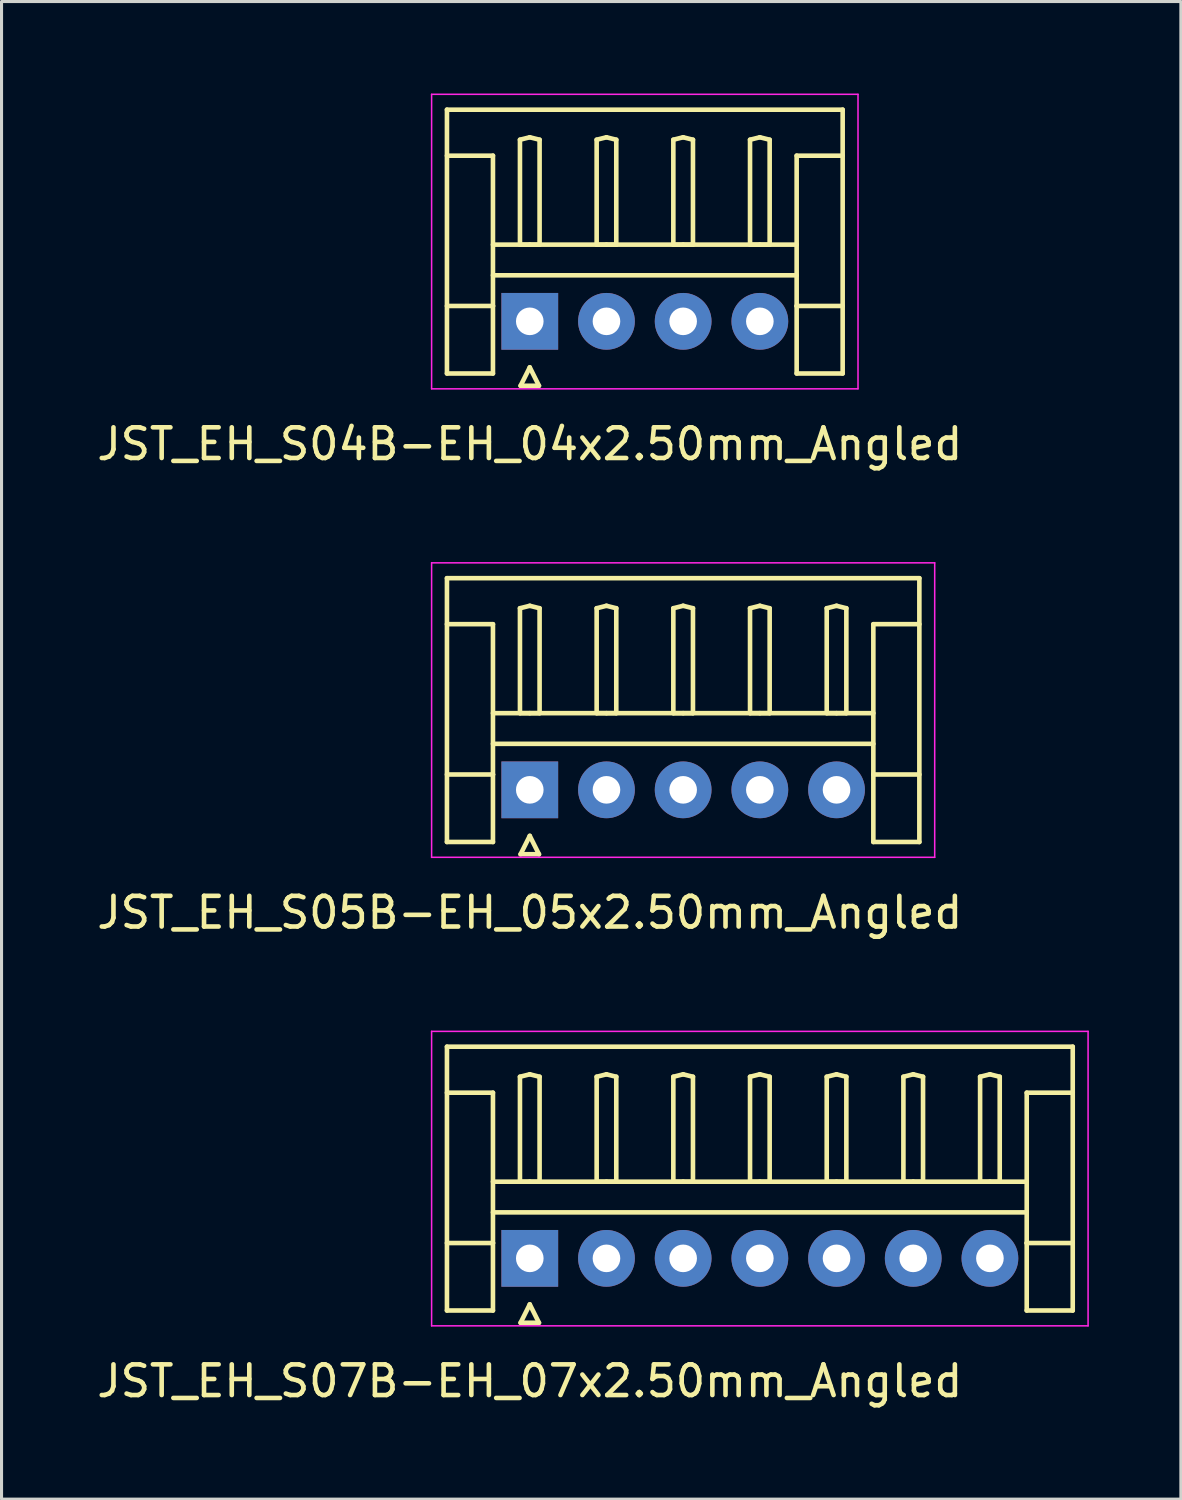
<source format=kicad_pcb>
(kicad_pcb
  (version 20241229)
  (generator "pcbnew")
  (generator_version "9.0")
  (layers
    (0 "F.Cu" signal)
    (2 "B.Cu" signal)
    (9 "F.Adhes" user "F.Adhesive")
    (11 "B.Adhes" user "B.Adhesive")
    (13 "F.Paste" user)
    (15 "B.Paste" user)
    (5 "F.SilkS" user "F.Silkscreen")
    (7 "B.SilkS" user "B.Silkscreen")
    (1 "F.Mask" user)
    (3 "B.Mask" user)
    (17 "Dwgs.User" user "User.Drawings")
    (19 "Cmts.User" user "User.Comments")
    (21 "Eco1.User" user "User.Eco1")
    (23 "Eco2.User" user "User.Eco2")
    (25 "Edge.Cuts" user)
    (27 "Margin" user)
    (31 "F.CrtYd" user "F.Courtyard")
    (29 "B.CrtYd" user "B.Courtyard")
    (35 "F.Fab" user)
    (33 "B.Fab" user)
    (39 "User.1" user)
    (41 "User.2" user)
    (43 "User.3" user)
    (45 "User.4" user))
  (footprint "JST_EH_S05B-EH_05x2.50mm_Angled"
    (layer "F.Cu")
    (at 14.22 22.698)
    (property "Reference" "JST_EH_S05B-EH_05x2.50mm_Angled" (at 0 4 0) (layer "F.SilkS") (effects (font (size 1 1) (thickness 0.15))))
    (attr through_hole)
    (fp_line (start -2.7 -6.9) (end 12.7 -6.9) (stroke (width 0.15) (type solid)) (layer "F.SilkS"))
    (fp_line (start -2.7 -5.4) (end -1.2 -5.4) (stroke (width 0.15) (type solid)) (layer "F.SilkS"))
    (fp_line (start -2.7 1.7) (end -2.7 -6.9) (stroke (width 0.15) (type solid)) (layer "F.SilkS"))
    (fp_line (start -1.2 -5.4) (end -1.2 -0.5) (stroke (width 0.15) (type solid)) (layer "F.SilkS"))
    (fp_line (start -1.2 -2.5) (end 11.2 -2.5) (stroke (width 0.15) (type solid)) (layer "F.SilkS"))
    (fp_line (start -1.2 -1.5) (end 11.2 -1.5) (stroke (width 0.15) (type solid)) (layer "F.SilkS"))
    (fp_line (start -1.2 -0.5) (end -2.7 -0.5) (stroke (width 0.15) (type solid)) (layer "F.SilkS"))
    (fp_line (start -1.2 -0.5) (end -1.2 1.7) (stroke (width 0.15) (type solid)) (layer "F.SilkS"))
    (fp_line (start -1.2 1.7) (end -2.7 1.7) (stroke (width 0.15) (type solid)) (layer "F.SilkS"))
    (fp_line (start -0.32 -5.92) (end 0 -6) (stroke (width 0.15) (type solid)) (layer "F.SilkS"))
    (fp_line (start -0.32 -2.5) (end -0.32 -5.92) (stroke (width 0.15) (type solid)) (layer "F.SilkS"))
    (fp_line (start -0.3 2.1) (end 0.3 2.1) (stroke (width 0.15) (type solid)) (layer "F.SilkS"))
    (fp_line (start 0 -6) (end 0.32 -5.92) (stroke (width 0.15) (type solid)) (layer "F.SilkS"))
    (fp_line (start 0 -2.5) (end -0.32 -2.5) (stroke (width 0.15) (type solid)) (layer "F.SilkS"))
    (fp_line (start 0 1.5) (end -0.3 2.1) (stroke (width 0.15) (type solid)) (layer "F.SilkS"))
    (fp_line (start 0.3 2.1) (end 0 1.5) (stroke (width 0.15) (type solid)) (layer "F.SilkS"))
    (fp_line (start 0.32 -5.92) (end 0.32 -2.5) (stroke (width 0.15) (type solid)) (layer "F.SilkS"))
    (fp_line (start 0.32 -2.5) (end 0 -2.5) (stroke (width 0.15) (type solid)) (layer "F.SilkS"))
    (fp_line (start 2.18 -5.92) (end 2.5 -6) (stroke (width 0.15) (type solid)) (layer "F.SilkS"))
    (fp_line (start 2.18 -2.5) (end 2.18 -5.92) (stroke (width 0.15) (type solid)) (layer "F.SilkS"))
    (fp_line (start 2.5 -6) (end 2.82 -5.92) (stroke (width 0.15) (type solid)) (layer "F.SilkS"))
    (fp_line (start 2.5 -2.5) (end 2.18 -2.5) (stroke (width 0.15) (type solid)) (layer "F.SilkS"))
    (fp_line (start 2.82 -5.92) (end 2.82 -2.5) (stroke (width 0.15) (type solid)) (layer "F.SilkS"))
    (fp_line (start 2.82 -2.5) (end 2.5 -2.5) (stroke (width 0.15) (type solid)) (layer "F.SilkS"))
    (fp_line (start 4.68 -5.92) (end 5 -6) (stroke (width 0.15) (type solid)) (layer "F.SilkS"))
    (fp_line (start 4.68 -2.5) (end 4.68 -5.92) (stroke (width 0.15) (type solid)) (layer "F.SilkS"))
    (fp_line (start 5 -6) (end 5.32 -5.92) (stroke (width 0.15) (type solid)) (layer "F.SilkS"))
    (fp_line (start 5 -2.5) (end 4.68 -2.5) (stroke (width 0.15) (type solid)) (layer "F.SilkS"))
    (fp_line (start 5.32 -5.92) (end 5.32 -2.5) (stroke (width 0.15) (type solid)) (layer "F.SilkS"))
    (fp_line (start 5.32 -2.5) (end 5 -2.5) (stroke (width 0.15) (type solid)) (layer "F.SilkS"))
    (fp_line (start 7.18 -5.92) (end 7.5 -6) (stroke (width 0.15) (type solid)) (layer "F.SilkS"))
    (fp_line (start 7.18 -2.5) (end 7.18 -5.92) (stroke (width 0.15) (type solid)) (layer "F.SilkS"))
    (fp_line (start 7.5 -6) (end 7.82 -5.92) (stroke (width 0.15) (type solid)) (layer "F.SilkS"))
    (fp_line (start 7.5 -2.5) (end 7.18 -2.5) (stroke (width 0.15) (type solid)) (layer "F.SilkS"))
    (fp_line (start 7.82 -5.92) (end 7.82 -2.5) (stroke (width 0.15) (type solid)) (layer "F.SilkS"))
    (fp_line (start 7.82 -2.5) (end 7.5 -2.5) (stroke (width 0.15) (type solid)) (layer "F.SilkS"))
    (fp_line (start 9.68 -5.92) (end 10 -6) (stroke (width 0.15) (type solid)) (layer "F.SilkS"))
    (fp_line (start 9.68 -2.5) (end 9.68 -5.92) (stroke (width 0.15) (type solid)) (layer "F.SilkS"))
    (fp_line (start 10 -6) (end 10.32 -5.92) (stroke (width 0.15) (type solid)) (layer "F.SilkS"))
    (fp_line (start 10 -2.5) (end 9.68 -2.5) (stroke (width 0.15) (type solid)) (layer "F.SilkS"))
    (fp_line (start 10.32 -5.92) (end 10.32 -2.5) (stroke (width 0.15) (type solid)) (layer "F.SilkS"))
    (fp_line (start 10.32 -2.5) (end 10 -2.5) (stroke (width 0.15) (type solid)) (layer "F.SilkS"))
    (fp_line (start 11.2 -5.4) (end 11.2 -0.5) (stroke (width 0.15) (type solid)) (layer "F.SilkS"))
    (fp_line (start 11.2 -0.5) (end 12.7 -0.5) (stroke (width 0.15) (type solid)) (layer "F.SilkS"))
    (fp_line (start 11.2 1.7) (end 11.2 -0.5) (stroke (width 0.15) (type solid)) (layer "F.SilkS"))
    (fp_line (start 12.7 -6.9) (end 12.7 1.7) (stroke (width 0.15) (type solid)) (layer "F.SilkS"))
    (fp_line (start 12.7 -5.4) (end 11.2 -5.4) (stroke (width 0.15) (type solid)) (layer "F.SilkS"))
    (fp_line (start 12.7 1.7) (end 11.2 1.7) (stroke (width 0.15) (type solid)) (layer "F.SilkS"))
    (fp_line (start -3.2 -7.4) (end -3.2 2.2) (stroke (width 0.05) (type solid)) (layer "F.CrtYd"))
    (fp_line (start -3.2 2.2) (end 13.2 2.2) (stroke (width 0.05) (type solid)) (layer "F.CrtYd"))
    (fp_line (start 13.2 -7.4) (end -3.2 -7.4) (stroke (width 0.05) (type solid)) (layer "F.CrtYd"))
    (fp_line (start 13.2 2.2) (end 13.2 -7.4) (stroke (width 0.05) (type solid)) (layer "F.CrtYd"))
    (pad "1" thru_hole rect (at 0 0) (size 1.85 1.85) (drill 0.9) (layers "*.Cu" "*.Mask"))
    (pad "2" thru_hole circle (at 2.5 0) (size 1.85 1.85) (drill 0.9) (layers "*.Cu" "*.Mask"))
    (pad "3" thru_hole circle (at 5 0) (size 1.85 1.85) (drill 0.9) (layers "*.Cu" "*.Mask"))
    (pad "4" thru_hole circle (at 7.5 0) (size 1.85 1.85) (drill 0.9) (layers "*.Cu" "*.Mask"))
    (pad "5" thru_hole circle (at 10 0) (size 1.85 1.85) (drill 0.9) (layers "*.Cu" "*.Mask")))
  (footprint "JST_EH_S04B-EH_04x2.50mm_Angled"
    (layer "F.Cu")
    (at 14.22 7.425)
    (property "Reference" "JST_EH_S04B-EH_04x2.50mm_Angled" (at 0 4 0) (layer "F.SilkS") (effects (font (size 1 1) (thickness 0.15))))
    (attr through_hole)
    (fp_line (start -2.7 -6.9) (end 10.2 -6.9) (stroke (width 0.15) (type solid)) (layer "F.SilkS"))
    (fp_line (start -2.7 -5.4) (end -1.2 -5.4) (stroke (width 0.15) (type solid)) (layer "F.SilkS"))
    (fp_line (start -2.7 1.7) (end -2.7 -6.9) (stroke (width 0.15) (type solid)) (layer "F.SilkS"))
    (fp_line (start -1.2 -5.4) (end -1.2 -0.5) (stroke (width 0.15) (type solid)) (layer "F.SilkS"))
    (fp_line (start -1.2 -2.5) (end 8.7 -2.5) (stroke (width 0.15) (type solid)) (layer "F.SilkS"))
    (fp_line (start -1.2 -1.5) (end 8.7 -1.5) (stroke (width 0.15) (type solid)) (layer "F.SilkS"))
    (fp_line (start -1.2 -0.5) (end -2.7 -0.5) (stroke (width 0.15) (type solid)) (layer "F.SilkS"))
    (fp_line (start -1.2 -0.5) (end -1.2 1.7) (stroke (width 0.15) (type solid)) (layer "F.SilkS"))
    (fp_line (start -1.2 1.7) (end -2.7 1.7) (stroke (width 0.15) (type solid)) (layer "F.SilkS"))
    (fp_line (start -0.32 -5.92) (end 0 -6) (stroke (width 0.15) (type solid)) (layer "F.SilkS"))
    (fp_line (start -0.32 -2.5) (end -0.32 -5.92) (stroke (width 0.15) (type solid)) (layer "F.SilkS"))
    (fp_line (start -0.3 2.1) (end 0.3 2.1) (stroke (width 0.15) (type solid)) (layer "F.SilkS"))
    (fp_line (start 0 -6) (end 0.32 -5.92) (stroke (width 0.15) (type solid)) (layer "F.SilkS"))
    (fp_line (start 0 -2.5) (end -0.32 -2.5) (stroke (width 0.15) (type solid)) (layer "F.SilkS"))
    (fp_line (start 0 1.5) (end -0.3 2.1) (stroke (width 0.15) (type solid)) (layer "F.SilkS"))
    (fp_line (start 0.3 2.1) (end 0 1.5) (stroke (width 0.15) (type solid)) (layer "F.SilkS"))
    (fp_line (start 0.32 -5.92) (end 0.32 -2.5) (stroke (width 0.15) (type solid)) (layer "F.SilkS"))
    (fp_line (start 0.32 -2.5) (end 0 -2.5) (stroke (width 0.15) (type solid)) (layer "F.SilkS"))
    (fp_line (start 2.18 -5.92) (end 2.5 -6) (stroke (width 0.15) (type solid)) (layer "F.SilkS"))
    (fp_line (start 2.18 -2.5) (end 2.18 -5.92) (stroke (width 0.15) (type solid)) (layer "F.SilkS"))
    (fp_line (start 2.5 -6) (end 2.82 -5.92) (stroke (width 0.15) (type solid)) (layer "F.SilkS"))
    (fp_line (start 2.5 -2.5) (end 2.18 -2.5) (stroke (width 0.15) (type solid)) (layer "F.SilkS"))
    (fp_line (start 2.82 -5.92) (end 2.82 -2.5) (stroke (width 0.15) (type solid)) (layer "F.SilkS"))
    (fp_line (start 2.82 -2.5) (end 2.5 -2.5) (stroke (width 0.15) (type solid)) (layer "F.SilkS"))
    (fp_line (start 4.68 -5.92) (end 5 -6) (stroke (width 0.15) (type solid)) (layer "F.SilkS"))
    (fp_line (start 4.68 -2.5) (end 4.68 -5.92) (stroke (width 0.15) (type solid)) (layer "F.SilkS"))
    (fp_line (start 5 -6) (end 5.32 -5.92) (stroke (width 0.15) (type solid)) (layer "F.SilkS"))
    (fp_line (start 5 -2.5) (end 4.68 -2.5) (stroke (width 0.15) (type solid)) (layer "F.SilkS"))
    (fp_line (start 5.32 -5.92) (end 5.32 -2.5) (stroke (width 0.15) (type solid)) (layer "F.SilkS"))
    (fp_line (start 5.32 -2.5) (end 5 -2.5) (stroke (width 0.15) (type solid)) (layer "F.SilkS"))
    (fp_line (start 7.18 -5.92) (end 7.5 -6) (stroke (width 0.15) (type solid)) (layer "F.SilkS"))
    (fp_line (start 7.18 -2.5) (end 7.18 -5.92) (stroke (width 0.15) (type solid)) (layer "F.SilkS"))
    (fp_line (start 7.5 -6) (end 7.82 -5.92) (stroke (width 0.15) (type solid)) (layer "F.SilkS"))
    (fp_line (start 7.5 -2.5) (end 7.18 -2.5) (stroke (width 0.15) (type solid)) (layer "F.SilkS"))
    (fp_line (start 7.82 -5.92) (end 7.82 -2.5) (stroke (width 0.15) (type solid)) (layer "F.SilkS"))
    (fp_line (start 7.82 -2.5) (end 7.5 -2.5) (stroke (width 0.15) (type solid)) (layer "F.SilkS"))
    (fp_line (start 8.7 -5.4) (end 8.7 -0.5) (stroke (width 0.15) (type solid)) (layer "F.SilkS"))
    (fp_line (start 8.7 -0.5) (end 10.2 -0.5) (stroke (width 0.15) (type solid)) (layer "F.SilkS"))
    (fp_line (start 8.7 1.7) (end 8.7 -0.5) (stroke (width 0.15) (type solid)) (layer "F.SilkS"))
    (fp_line (start 10.2 -6.9) (end 10.2 1.7) (stroke (width 0.15) (type solid)) (layer "F.SilkS"))
    (fp_line (start 10.2 -5.4) (end 8.7 -5.4) (stroke (width 0.15) (type solid)) (layer "F.SilkS"))
    (fp_line (start 10.2 1.7) (end 8.7 1.7) (stroke (width 0.15) (type solid)) (layer "F.SilkS"))
    (fp_line (start -3.2 -7.4) (end -3.2 2.2) (stroke (width 0.05) (type solid)) (layer "F.CrtYd"))
    (fp_line (start -3.2 2.2) (end 10.7 2.2) (stroke (width 0.05) (type solid)) (layer "F.CrtYd"))
    (fp_line (start 10.7 -7.4) (end -3.2 -7.4) (stroke (width 0.05) (type solid)) (layer "F.CrtYd"))
    (fp_line (start 10.7 2.2) (end 10.7 -7.4) (stroke (width 0.05) (type solid)) (layer "F.CrtYd"))
    (pad "1" thru_hole rect (at 0 0) (size 1.85 1.85) (drill 0.9) (layers "*.Cu" "*.Mask"))
    (pad "2" thru_hole circle (at 2.5 0) (size 1.85 1.85) (drill 0.9) (layers "*.Cu" "*.Mask"))
    (pad "3" thru_hole circle (at 5 0) (size 1.85 1.85) (drill 0.9) (layers "*.Cu" "*.Mask"))
    (pad "4" thru_hole circle (at 7.5 0) (size 1.85 1.85) (drill 0.9) (layers "*.Cu" "*.Mask")))
  (footprint "JST_EH_S07B-EH_07x2.50mm_Angled"
    (layer "F.Cu")
    (at 14.22 37.971)
    (property "Reference" "JST_EH_S07B-EH_07x2.50mm_Angled" (at 0 4 0) (layer "F.SilkS") (effects (font (size 1 1) (thickness 0.15))))
    (attr through_hole)
    (fp_line (start -2.7 -6.9) (end 17.7 -6.9) (stroke (width 0.15) (type solid)) (layer "F.SilkS"))
    (fp_line (start -2.7 -5.4) (end -1.2 -5.4) (stroke (width 0.15) (type solid)) (layer "F.SilkS"))
    (fp_line (start -2.7 1.7) (end -2.7 -6.9) (stroke (width 0.15) (type solid)) (layer "F.SilkS"))
    (fp_line (start -1.2 -5.4) (end -1.2 -0.5) (stroke (width 0.15) (type solid)) (layer "F.SilkS"))
    (fp_line (start -1.2 -2.5) (end 16.2 -2.5) (stroke (width 0.15) (type solid)) (layer "F.SilkS"))
    (fp_line (start -1.2 -1.5) (end 16.2 -1.5) (stroke (width 0.15) (type solid)) (layer "F.SilkS"))
    (fp_line (start -1.2 -0.5) (end -2.7 -0.5) (stroke (width 0.15) (type solid)) (layer "F.SilkS"))
    (fp_line (start -1.2 -0.5) (end -1.2 1.7) (stroke (width 0.15) (type solid)) (layer "F.SilkS"))
    (fp_line (start -1.2 1.7) (end -2.7 1.7) (stroke (width 0.15) (type solid)) (layer "F.SilkS"))
    (fp_line (start -0.32 -5.92) (end 0 -6) (stroke (width 0.15) (type solid)) (layer "F.SilkS"))
    (fp_line (start -0.32 -2.5) (end -0.32 -5.92) (stroke (width 0.15) (type solid)) (layer "F.SilkS"))
    (fp_line (start -0.3 2.1) (end 0.3 2.1) (stroke (width 0.15) (type solid)) (layer "F.SilkS"))
    (fp_line (start 0 -6) (end 0.32 -5.92) (stroke (width 0.15) (type solid)) (layer "F.SilkS"))
    (fp_line (start 0 -2.5) (end -0.32 -2.5) (stroke (width 0.15) (type solid)) (layer "F.SilkS"))
    (fp_line (start 0 1.5) (end -0.3 2.1) (stroke (width 0.15) (type solid)) (layer "F.SilkS"))
    (fp_line (start 0.3 2.1) (end 0 1.5) (stroke (width 0.15) (type solid)) (layer "F.SilkS"))
    (fp_line (start 0.32 -5.92) (end 0.32 -2.5) (stroke (width 0.15) (type solid)) (layer "F.SilkS"))
    (fp_line (start 0.32 -2.5) (end 0 -2.5) (stroke (width 0.15) (type solid)) (layer "F.SilkS"))
    (fp_line (start 2.18 -5.92) (end 2.5 -6) (stroke (width 0.15) (type solid)) (layer "F.SilkS"))
    (fp_line (start 2.18 -2.5) (end 2.18 -5.92) (stroke (width 0.15) (type solid)) (layer "F.SilkS"))
    (fp_line (start 2.5 -6) (end 2.82 -5.92) (stroke (width 0.15) (type solid)) (layer "F.SilkS"))
    (fp_line (start 2.5 -2.5) (end 2.18 -2.5) (stroke (width 0.15) (type solid)) (layer "F.SilkS"))
    (fp_line (start 2.82 -5.92) (end 2.82 -2.5) (stroke (width 0.15) (type solid)) (layer "F.SilkS"))
    (fp_line (start 2.82 -2.5) (end 2.5 -2.5) (stroke (width 0.15) (type solid)) (layer "F.SilkS"))
    (fp_line (start 4.68 -5.92) (end 5 -6) (stroke (width 0.15) (type solid)) (layer "F.SilkS"))
    (fp_line (start 4.68 -2.5) (end 4.68 -5.92) (stroke (width 0.15) (type solid)) (layer "F.SilkS"))
    (fp_line (start 5 -6) (end 5.32 -5.92) (stroke (width 0.15) (type solid)) (layer "F.SilkS"))
    (fp_line (start 5 -2.5) (end 4.68 -2.5) (stroke (width 0.15) (type solid)) (layer "F.SilkS"))
    (fp_line (start 5.32 -5.92) (end 5.32 -2.5) (stroke (width 0.15) (type solid)) (layer "F.SilkS"))
    (fp_line (start 5.32 -2.5) (end 5 -2.5) (stroke (width 0.15) (type solid)) (layer "F.SilkS"))
    (fp_line (start 7.18 -5.92) (end 7.5 -6) (stroke (width 0.15) (type solid)) (layer "F.SilkS"))
    (fp_line (start 7.18 -2.5) (end 7.18 -5.92) (stroke (width 0.15) (type solid)) (layer "F.SilkS"))
    (fp_line (start 7.5 -6) (end 7.82 -5.92) (stroke (width 0.15) (type solid)) (layer "F.SilkS"))
    (fp_line (start 7.5 -2.5) (end 7.18 -2.5) (stroke (width 0.15) (type solid)) (layer "F.SilkS"))
    (fp_line (start 7.82 -5.92) (end 7.82 -2.5) (stroke (width 0.15) (type solid)) (layer "F.SilkS"))
    (fp_line (start 7.82 -2.5) (end 7.5 -2.5) (stroke (width 0.15) (type solid)) (layer "F.SilkS"))
    (fp_line (start 9.68 -5.92) (end 10 -6) (stroke (width 0.15) (type solid)) (layer "F.SilkS"))
    (fp_line (start 9.68 -2.5) (end 9.68 -5.92) (stroke (width 0.15) (type solid)) (layer "F.SilkS"))
    (fp_line (start 10 -6) (end 10.32 -5.92) (stroke (width 0.15) (type solid)) (layer "F.SilkS"))
    (fp_line (start 10 -2.5) (end 9.68 -2.5) (stroke (width 0.15) (type solid)) (layer "F.SilkS"))
    (fp_line (start 10.32 -5.92) (end 10.32 -2.5) (stroke (width 0.15) (type solid)) (layer "F.SilkS"))
    (fp_line (start 10.32 -2.5) (end 10 -2.5) (stroke (width 0.15) (type solid)) (layer "F.SilkS"))
    (fp_line (start 12.18 -5.92) (end 12.5 -6) (stroke (width 0.15) (type solid)) (layer "F.SilkS"))
    (fp_line (start 12.18 -2.5) (end 12.18 -5.92) (stroke (width 0.15) (type solid)) (layer "F.SilkS"))
    (fp_line (start 12.5 -6) (end 12.82 -5.92) (stroke (width 0.15) (type solid)) (layer "F.SilkS"))
    (fp_line (start 12.5 -2.5) (end 12.18 -2.5) (stroke (width 0.15) (type solid)) (layer "F.SilkS"))
    (fp_line (start 12.82 -5.92) (end 12.82 -2.5) (stroke (width 0.15) (type solid)) (layer "F.SilkS"))
    (fp_line (start 12.82 -2.5) (end 12.5 -2.5) (stroke (width 0.15) (type solid)) (layer "F.SilkS"))
    (fp_line (start 14.68 -5.92) (end 15 -6) (stroke (width 0.15) (type solid)) (layer "F.SilkS"))
    (fp_line (start 14.68 -2.5) (end 14.68 -5.92) (stroke (width 0.15) (type solid)) (layer "F.SilkS"))
    (fp_line (start 15 -6) (end 15.32 -5.92) (stroke (width 0.15) (type solid)) (layer "F.SilkS"))
    (fp_line (start 15 -2.5) (end 14.68 -2.5) (stroke (width 0.15) (type solid)) (layer "F.SilkS"))
    (fp_line (start 15.32 -5.92) (end 15.32 -2.5) (stroke (width 0.15) (type solid)) (layer "F.SilkS"))
    (fp_line (start 15.32 -2.5) (end 15 -2.5) (stroke (width 0.15) (type solid)) (layer "F.SilkS"))
    (fp_line (start 16.2 -5.4) (end 16.2 -0.5) (stroke (width 0.15) (type solid)) (layer "F.SilkS"))
    (fp_line (start 16.2 -0.5) (end 17.7 -0.5) (stroke (width 0.15) (type solid)) (layer "F.SilkS"))
    (fp_line (start 16.2 1.7) (end 16.2 -0.5) (stroke (width 0.15) (type solid)) (layer "F.SilkS"))
    (fp_line (start 17.7 -6.9) (end 17.7 1.7) (stroke (width 0.15) (type solid)) (layer "F.SilkS"))
    (fp_line (start 17.7 -5.4) (end 16.2 -5.4) (stroke (width 0.15) (type solid)) (layer "F.SilkS"))
    (fp_line (start 17.7 1.7) (end 16.2 1.7) (stroke (width 0.15) (type solid)) (layer "F.SilkS"))
    (fp_line (start -3.2 -7.4) (end -3.2 2.2) (stroke (width 0.05) (type solid)) (layer "F.CrtYd"))
    (fp_line (start -3.2 2.2) (end 18.2 2.2) (stroke (width 0.05) (type solid)) (layer "F.CrtYd"))
    (fp_line (start 18.2 -7.4) (end -3.2 -7.4) (stroke (width 0.05) (type solid)) (layer "F.CrtYd"))
    (fp_line (start 18.2 2.2) (end 18.2 -7.4) (stroke (width 0.05) (type solid)) (layer "F.CrtYd"))
    (pad "1" thru_hole rect (at 0 0) (size 1.85 1.85) (drill 0.9) (layers "*.Cu" "*.Mask"))
    (pad "2" thru_hole circle (at 2.5 0) (size 1.85 1.85) (drill 0.9) (layers "*.Cu" "*.Mask"))
    (pad "3" thru_hole circle (at 5 0) (size 1.85 1.85) (drill 0.9) (layers "*.Cu" "*.Mask"))
    (pad "4" thru_hole circle (at 7.5 0) (size 1.85 1.85) (drill 0.9) (layers "*.Cu" "*.Mask"))
    (pad "5" thru_hole circle (at 10 0) (size 1.85 1.85) (drill 0.9) (layers "*.Cu" "*.Mask"))
    (pad "6" thru_hole circle (at 12.5 0) (size 1.85 1.85) (drill 0.9) (layers "*.Cu" "*.Mask"))
    (pad "7" thru_hole circle (at 15 0) (size 1.85 1.85) (drill 0.9) (layers "*.Cu" "*.Mask")))
  (gr_rect
    (start -3 -3)
    (end 35.445 45.82)
    (stroke (width 0.1) (type default))
    (fill no)
    (layer "Edge.Cuts")))
</source>
